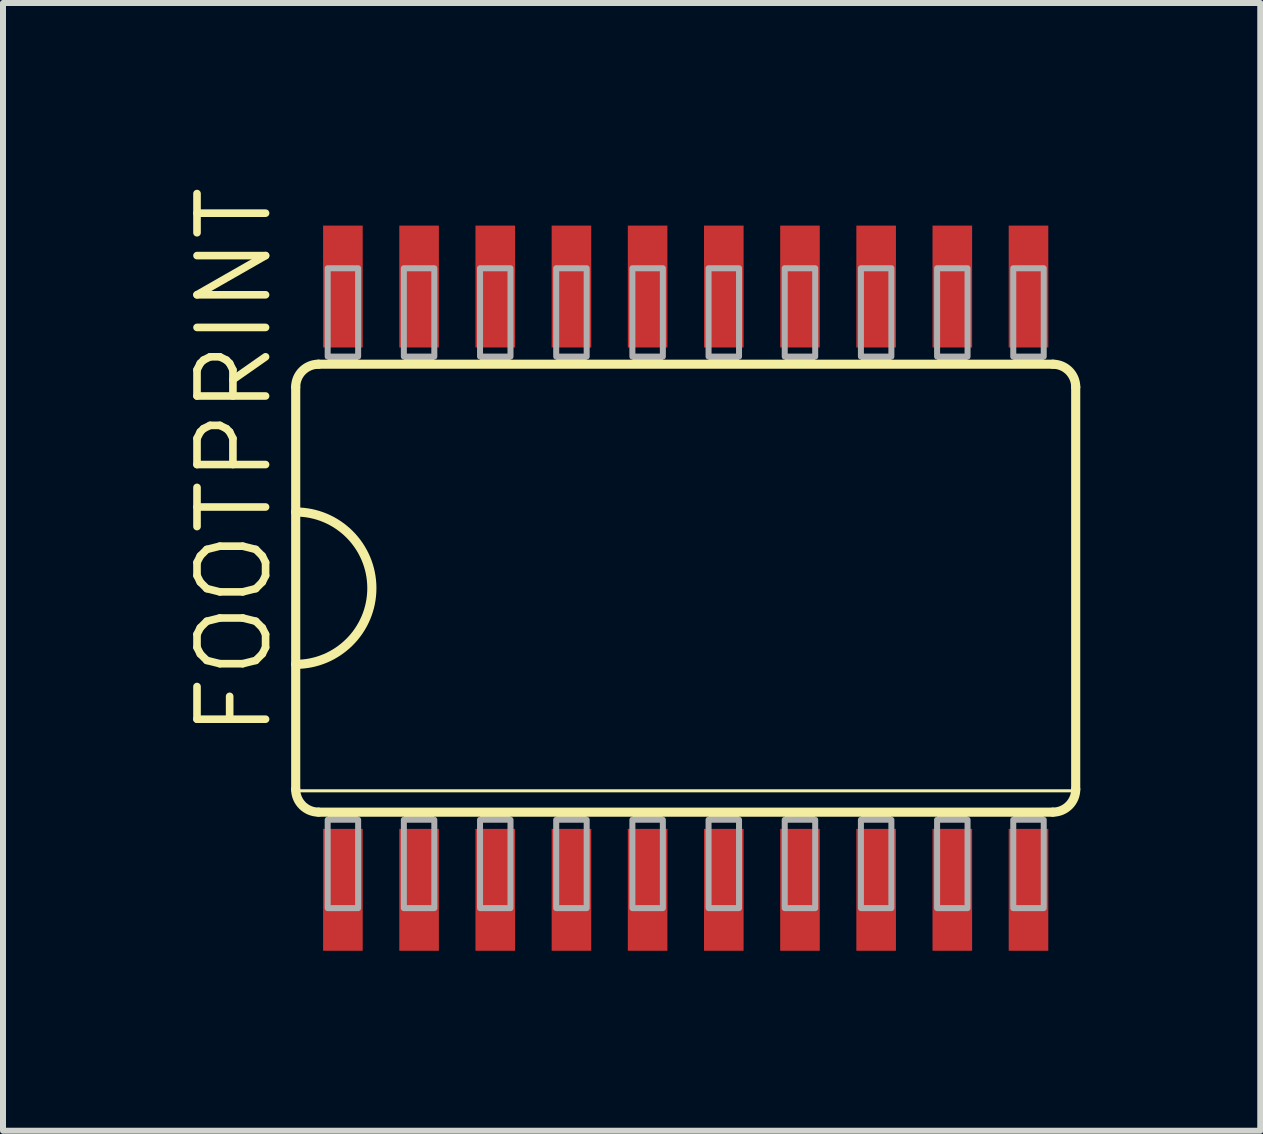
<source format=kicad_pcb>
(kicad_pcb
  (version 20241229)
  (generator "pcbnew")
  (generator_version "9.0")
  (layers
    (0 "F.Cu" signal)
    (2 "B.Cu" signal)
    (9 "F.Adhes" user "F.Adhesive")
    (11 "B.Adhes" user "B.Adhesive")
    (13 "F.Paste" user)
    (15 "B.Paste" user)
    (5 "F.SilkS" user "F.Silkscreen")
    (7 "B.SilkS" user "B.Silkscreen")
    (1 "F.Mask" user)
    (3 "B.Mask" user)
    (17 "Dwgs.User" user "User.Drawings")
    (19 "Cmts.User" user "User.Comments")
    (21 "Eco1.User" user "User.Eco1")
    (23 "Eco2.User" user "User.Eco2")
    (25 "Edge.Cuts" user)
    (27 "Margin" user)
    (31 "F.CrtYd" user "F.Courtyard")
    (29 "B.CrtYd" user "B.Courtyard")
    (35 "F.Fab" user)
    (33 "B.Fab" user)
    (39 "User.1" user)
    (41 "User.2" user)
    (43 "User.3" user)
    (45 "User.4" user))
  (footprint "FOOTPRINT"
    (layer "F.Cu")
    (at 8.382 6.756)
    (property "Reference" "FOOTPRINT" (at -6.858 2.54 90) (layer "F.SilkS") (effects (font (size 1.143 1.143) (thickness 0.127)) (justify left bottom)))
    (fp_line (start -6.502 -3.353) (end -6.502 3.353) (stroke (width 0.152) (type solid)) (layer "F.SilkS"))
    (fp_line (start -6.477 3.378) (end 6.477 3.378) (stroke (width 0.051) (type solid)) (layer "F.SilkS"))
    (fp_line (start -6.121 3.734) (end 6.121 3.734) (stroke (width 0.152) (type solid)) (layer "F.SilkS"))
    (fp_line (start 6.121 -3.734) (end -6.121 -3.734) (stroke (width 0.152) (type solid)) (layer "F.SilkS"))
    (fp_line (start 6.502 3.353) (end 6.502 -3.353) (stroke (width 0.152) (type solid)) (layer "F.SilkS"))
    (fp_arc (start -6.5024 -3.3528) (mid -6.390808 -3.622208) (end -6.1214 -3.7338) (stroke (width 0.1524) (type solid)) (layer "F.SilkS"))
    (fp_arc (start -6.5024 -1.27) (mid -5.2324 0) (end -6.5024 1.27) (stroke (width 0.1524) (type solid)) (layer "F.SilkS"))
    (fp_arc (start -6.1214 3.7338) (mid -6.390808 3.622208) (end -6.5024 3.3528) (stroke (width 0.1524) (type solid)) (layer "F.SilkS"))
    (fp_arc (start 6.1214 -3.7338) (mid 6.390808 -3.622208) (end 6.5024 -3.3528) (stroke (width 0.1524) (type solid)) (layer "F.SilkS"))
    (fp_arc (start 6.5024 3.3528) (mid 6.390808 3.622208) (end 6.1214 3.7338) (stroke (width 0.1524) (type solid)) (layer "F.SilkS"))
    (fp_poly (pts (xy -5.969 -3.734) (xy -5.461 -3.734) (xy -5.461 -3.861) (xy -5.969 -3.861)) (stroke (width 0) (type solid)) (fill yes) (layer "F.SilkS"))
    (fp_poly (pts (xy -5.969 3.861) (xy -5.461 3.861) (xy -5.461 3.734) (xy -5.969 3.734)) (stroke (width 0) (type solid)) (fill yes) (layer "F.SilkS"))
    (fp_poly (pts (xy -4.699 -3.734) (xy -4.191 -3.734) (xy -4.191 -3.861) (xy -4.699 -3.861)) (stroke (width 0) (type solid)) (fill yes) (layer "F.SilkS"))
    (fp_poly (pts (xy -4.699 3.861) (xy -4.191 3.861) (xy -4.191 3.734) (xy -4.699 3.734)) (stroke (width 0) (type solid)) (fill yes) (layer "F.SilkS"))
    (fp_poly (pts (xy -3.429 -3.734) (xy -2.921 -3.734) (xy -2.921 -3.861) (xy -3.429 -3.861)) (stroke (width 0) (type solid)) (fill yes) (layer "F.SilkS"))
    (fp_poly (pts (xy -3.429 3.861) (xy -2.921 3.861) (xy -2.921 3.734) (xy -3.429 3.734)) (stroke (width 0) (type solid)) (fill yes) (layer "F.SilkS"))
    (fp_poly (pts (xy -2.159 -3.734) (xy -1.651 -3.734) (xy -1.651 -3.861) (xy -2.159 -3.861)) (stroke (width 0) (type solid)) (fill yes) (layer "F.SilkS"))
    (fp_poly (pts (xy -2.159 3.861) (xy -1.651 3.861) (xy -1.651 3.734) (xy -2.159 3.734)) (stroke (width 0) (type solid)) (fill yes) (layer "F.SilkS"))
    (fp_poly (pts (xy -0.889 -3.734) (xy -0.381 -3.734) (xy -0.381 -3.861) (xy -0.889 -3.861)) (stroke (width 0) (type solid)) (fill yes) (layer "F.SilkS"))
    (fp_poly (pts (xy -0.889 3.861) (xy -0.381 3.861) (xy -0.381 3.734) (xy -0.889 3.734)) (stroke (width 0) (type solid)) (fill yes) (layer "F.SilkS"))
    (fp_poly (pts (xy 0.381 -3.734) (xy 0.889 -3.734) (xy 0.889 -3.861) (xy 0.381 -3.861)) (stroke (width 0) (type solid)) (fill yes) (layer "F.SilkS"))
    (fp_poly (pts (xy 0.381 3.861) (xy 0.889 3.861) (xy 0.889 3.734) (xy 0.381 3.734)) (stroke (width 0) (type solid)) (fill yes) (layer "F.SilkS"))
    (fp_poly (pts (xy 1.651 -3.734) (xy 2.159 -3.734) (xy 2.159 -3.861) (xy 1.651 -3.861)) (stroke (width 0) (type solid)) (fill yes) (layer "F.SilkS"))
    (fp_poly (pts (xy 1.651 3.861) (xy 2.159 3.861) (xy 2.159 3.734) (xy 1.651 3.734)) (stroke (width 0) (type solid)) (fill yes) (layer "F.SilkS"))
    (fp_poly (pts (xy 2.921 -3.734) (xy 3.429 -3.734) (xy 3.429 -3.861) (xy 2.921 -3.861)) (stroke (width 0) (type solid)) (fill yes) (layer "F.SilkS"))
    (fp_poly (pts (xy 2.921 3.861) (xy 3.429 3.861) (xy 3.429 3.734) (xy 2.921 3.734)) (stroke (width 0) (type solid)) (fill yes) (layer "F.SilkS"))
    (fp_poly (pts (xy 4.191 -3.734) (xy 4.699 -3.734) (xy 4.699 -3.861) (xy 4.191 -3.861)) (stroke (width 0) (type solid)) (fill yes) (layer "F.SilkS"))
    (fp_poly (pts (xy 4.191 3.861) (xy 4.699 3.861) (xy 4.699 3.734) (xy 4.191 3.734)) (stroke (width 0) (type solid)) (fill yes) (layer "F.SilkS"))
    (fp_poly (pts (xy 5.461 -3.734) (xy 5.969 -3.734) (xy 5.969 -3.861) (xy 5.461 -3.861)) (stroke (width 0) (type solid)) (fill yes) (layer "F.SilkS"))
    (fp_poly (pts (xy 5.461 3.861) (xy 5.969 3.861) (xy 5.969 3.734) (xy 5.461 3.734)) (stroke (width 0) (type solid)) (fill yes) (layer "F.SilkS"))
    (fp_poly (pts (xy -5.969 -3.861) (xy -5.461 -3.861) (xy -5.461 -5.334) (xy -5.969 -5.334)) (stroke (width 0.1) (type solid)) (fill no) (layer "F.Fab"))
    (fp_poly (pts (xy -5.969 5.334) (xy -5.461 5.334) (xy -5.461 3.861) (xy -5.969 3.861)) (stroke (width 0.1) (type solid)) (fill no) (layer "F.Fab"))
    (fp_poly (pts (xy -4.699 -3.861) (xy -4.191 -3.861) (xy -4.191 -5.334) (xy -4.699 -5.334)) (stroke (width 0.1) (type solid)) (fill no) (layer "F.Fab"))
    (fp_poly (pts (xy -4.699 5.334) (xy -4.191 5.334) (xy -4.191 3.861) (xy -4.699 3.861)) (stroke (width 0.1) (type solid)) (fill no) (layer "F.Fab"))
    (fp_poly (pts (xy -3.429 -3.861) (xy -2.921 -3.861) (xy -2.921 -5.334) (xy -3.429 -5.334)) (stroke (width 0.1) (type solid)) (fill no) (layer "F.Fab"))
    (fp_poly (pts (xy -3.429 5.334) (xy -2.921 5.334) (xy -2.921 3.861) (xy -3.429 3.861)) (stroke (width 0.1) (type solid)) (fill no) (layer "F.Fab"))
    (fp_poly (pts (xy -2.159 -3.861) (xy -1.651 -3.861) (xy -1.651 -5.334) (xy -2.159 -5.334)) (stroke (width 0.1) (type solid)) (fill no) (layer "F.Fab"))
    (fp_poly (pts (xy -2.159 5.334) (xy -1.651 5.334) (xy -1.651 3.861) (xy -2.159 3.861)) (stroke (width 0.1) (type solid)) (fill no) (layer "F.Fab"))
    (fp_poly (pts (xy -0.889 -3.861) (xy -0.381 -3.861) (xy -0.381 -5.334) (xy -0.889 -5.334)) (stroke (width 0.1) (type solid)) (fill no) (layer "F.Fab"))
    (fp_poly (pts (xy -0.889 5.334) (xy -0.381 5.334) (xy -0.381 3.861) (xy -0.889 3.861)) (stroke (width 0.1) (type solid)) (fill no) (layer "F.Fab"))
    (fp_poly (pts (xy 0.381 -3.861) (xy 0.889 -3.861) (xy 0.889 -5.334) (xy 0.381 -5.334)) (stroke (width 0.1) (type solid)) (fill no) (layer "F.Fab"))
    (fp_poly (pts (xy 0.381 5.334) (xy 0.889 5.334) (xy 0.889 3.861) (xy 0.381 3.861)) (stroke (width 0.1) (type solid)) (fill no) (layer "F.Fab"))
    (fp_poly (pts (xy 1.651 -3.861) (xy 2.159 -3.861) (xy 2.159 -5.334) (xy 1.651 -5.334)) (stroke (width 0.1) (type solid)) (fill no) (layer "F.Fab"))
    (fp_poly (pts (xy 1.651 5.334) (xy 2.159 5.334) (xy 2.159 3.861) (xy 1.651 3.861)) (stroke (width 0.1) (type solid)) (fill no) (layer "F.Fab"))
    (fp_poly (pts (xy 2.921 -3.861) (xy 3.429 -3.861) (xy 3.429 -5.334) (xy 2.921 -5.334)) (stroke (width 0.1) (type solid)) (fill no) (layer "F.Fab"))
    (fp_poly (pts (xy 2.921 5.334) (xy 3.429 5.334) (xy 3.429 3.861) (xy 2.921 3.861)) (stroke (width 0.1) (type solid)) (fill no) (layer "F.Fab"))
    (fp_poly (pts (xy 4.191 -3.861) (xy 4.699 -3.861) (xy 4.699 -5.334) (xy 4.191 -5.334)) (stroke (width 0.1) (type solid)) (fill no) (layer "F.Fab"))
    (fp_poly (pts (xy 4.191 5.334) (xy 4.699 5.334) (xy 4.699 3.861) (xy 4.191 3.861)) (stroke (width 0.1) (type solid)) (fill no) (layer "F.Fab"))
    (fp_poly (pts (xy 5.461 -3.861) (xy 5.969 -3.861) (xy 5.969 -5.334) (xy 5.461 -5.334)) (stroke (width 0.1) (type solid)) (fill no) (layer "F.Fab"))
    (fp_poly (pts (xy 5.461 5.334) (xy 5.969 5.334) (xy 5.969 3.861) (xy 5.461 3.861)) (stroke (width 0.1) (type solid)) (fill no) (layer "F.Fab"))
    (pad "1" smd rect (at -5.715 5.029) (size 0.66 2.032) (layers "F.Cu" "F.Mask" "F.Paste"))
    (pad "2" smd rect (at -4.445 5.029) (size 0.66 2.032) (layers "F.Cu" "F.Mask" "F.Paste"))
    (pad "3" smd rect (at -3.175 5.029) (size 0.66 2.032) (layers "F.Cu" "F.Mask" "F.Paste"))
    (pad "4" smd rect (at -1.905 5.029) (size 0.66 2.032) (layers "F.Cu" "F.Mask" "F.Paste"))
    (pad "5" smd rect (at -0.635 5.029) (size 0.66 2.032) (layers "F.Cu" "F.Mask" "F.Paste"))
    (pad "6" smd rect (at 0.635 5.029) (size 0.66 2.032) (layers "F.Cu" "F.Mask" "F.Paste"))
    (pad "7" smd rect (at 1.905 5.029) (size 0.66 2.032) (layers "F.Cu" "F.Mask" "F.Paste"))
    (pad "8" smd rect (at 3.175 5.029) (size 0.66 2.032) (layers "F.Cu" "F.Mask" "F.Paste"))
    (pad "9" smd rect (at 4.445 5.029) (size 0.66 2.032) (layers "F.Cu" "F.Mask" "F.Paste"))
    (pad "10" smd rect (at 5.715 5.029) (size 0.66 2.032) (layers "F.Cu" "F.Mask" "F.Paste"))
    (pad "11" smd rect (at 5.715 -5.029) (size 0.66 2.032) (layers "F.Cu" "F.Mask" "F.Paste"))
    (pad "12" smd rect (at 4.445 -5.029) (size 0.66 2.032) (layers "F.Cu" "F.Mask" "F.Paste"))
    (pad "13" smd rect (at 3.175 -5.029) (size 0.66 2.032) (layers "F.Cu" "F.Mask" "F.Paste"))
    (pad "14" smd rect (at 1.905 -5.029) (size 0.66 2.032) (layers "F.Cu" "F.Mask" "F.Paste"))
    (pad "15" smd rect (at 0.635 -5.029) (size 0.66 2.032) (layers "F.Cu" "F.Mask" "F.Paste"))
    (pad "16" smd rect (at -0.635 -5.029) (size 0.66 2.032) (layers "F.Cu" "F.Mask" "F.Paste"))
    (pad "17" smd rect (at -1.905 -5.029) (size 0.66 2.032) (layers "F.Cu" "F.Mask" "F.Paste"))
    (pad "18" smd rect (at -3.175 -5.029) (size 0.66 2.032) (layers "F.Cu" "F.Mask" "F.Paste"))
    (pad "19" smd rect (at -4.445 -5.029) (size 0.66 2.032) (layers "F.Cu" "F.Mask" "F.Paste"))
    (pad "20" smd rect (at -5.715 -5.029) (size 0.66 2.032) (layers "F.Cu" "F.Mask" "F.Paste")))
  (gr_rect
    (start -3 -3)
    (end 17.961 15.802)
    (stroke (width 0.1) (type default))
    (fill no)
    (layer "Edge.Cuts")))
</source>
